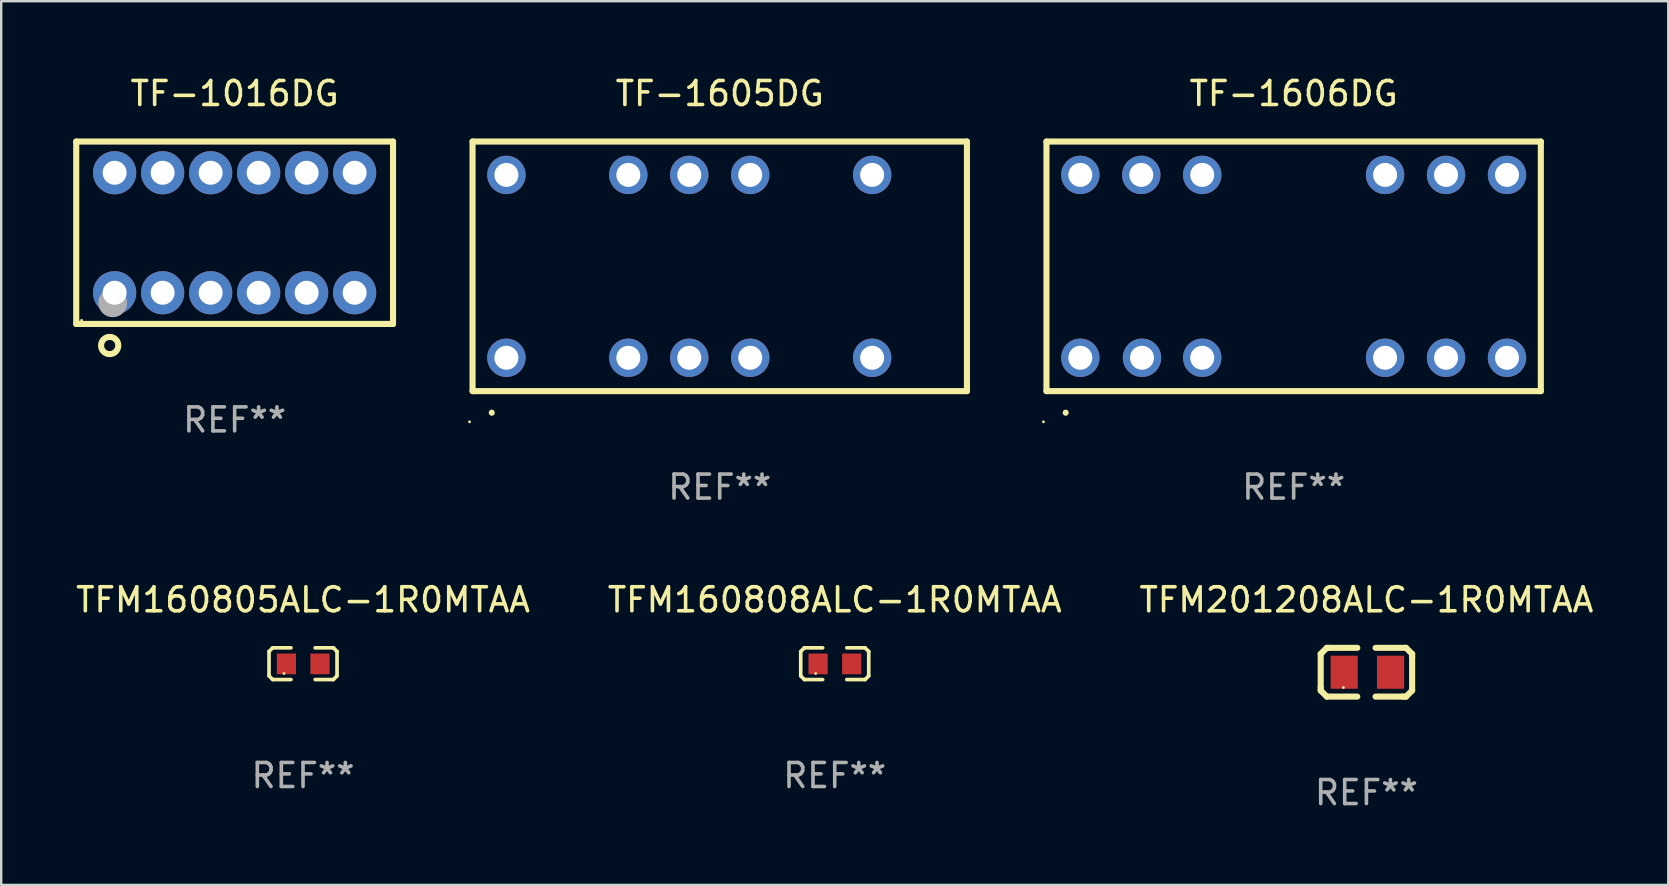
<source format=kicad_pcb>
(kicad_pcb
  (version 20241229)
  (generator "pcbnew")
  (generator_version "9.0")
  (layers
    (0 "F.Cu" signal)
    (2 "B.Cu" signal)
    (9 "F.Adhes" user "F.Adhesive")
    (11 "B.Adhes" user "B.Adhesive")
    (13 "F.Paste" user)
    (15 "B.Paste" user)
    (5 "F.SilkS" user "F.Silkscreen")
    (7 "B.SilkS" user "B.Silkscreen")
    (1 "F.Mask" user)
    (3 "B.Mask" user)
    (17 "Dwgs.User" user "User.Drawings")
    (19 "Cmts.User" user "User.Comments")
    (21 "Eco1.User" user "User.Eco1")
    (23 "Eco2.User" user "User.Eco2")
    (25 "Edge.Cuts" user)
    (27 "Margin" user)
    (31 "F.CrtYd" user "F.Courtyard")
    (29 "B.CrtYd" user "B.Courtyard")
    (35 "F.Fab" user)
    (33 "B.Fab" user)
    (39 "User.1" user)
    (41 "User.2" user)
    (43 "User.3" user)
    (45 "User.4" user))
  (footprint "TFM160808ALC-1R0MTAA"
    (layer "F.Cu")
    (at 31.732 24.605)
    (property "Reference" "TFM160808ALC-1R0MTAA" (at 0 -2.661 0) (layer "F.SilkS") (effects (font (size 1 1) (thickness 0.15))))
    (attr through_hole)
    (fp_line (start -1.417 -0.508) (end -1.265 -0.661) (stroke (width 0.152) (type solid)) (layer "F.SilkS"))
    (fp_line (start -1.417 0.508) (end -1.417 -0.508) (stroke (width 0.152) (type solid)) (layer "F.SilkS"))
    (fp_line (start -1.265 -0.661) (end -0.503 -0.661) (stroke (width 0.152) (type solid)) (layer "F.SilkS"))
    (fp_line (start -1.265 0.661) (end -1.417 0.508) (stroke (width 0.152) (type solid)) (layer "F.SilkS"))
    (fp_line (start -1.265 0.661) (end -0.503 0.661) (stroke (width 0.152) (type solid)) (layer "F.SilkS"))
    (fp_line (start 1.265 -0.661) (end 0.503 -0.661) (stroke (width 0.152) (type solid)) (layer "F.SilkS"))
    (fp_line (start 1.265 -0.661) (end 1.417 -0.508) (stroke (width 0.152) (type solid)) (layer "F.SilkS"))
    (fp_line (start 1.265 0.661) (end 0.503 0.661) (stroke (width 0.152) (type solid)) (layer "F.SilkS"))
    (fp_line (start 1.417 -0.508) (end 1.417 0.508) (stroke (width 0.152) (type solid)) (layer "F.SilkS"))
    (fp_line (start 1.417 0.508) (end 1.265 0.661) (stroke (width 0.152) (type solid)) (layer "F.SilkS"))
    (fp_circle (center -0.793 0.409) (end -0.763 0.409) (stroke (width 0.06) (type solid)) (fill no) (layer "F.SilkS"))
    (fp_text user "REF**" (at 0 4.661 0) (layer "F.Fab") (effects (font (size 1 1) (thickness 0.15))))
    (pad "1" smd rect (at -0.693 0.009 180) (size 0.8 0.864) (layers "F.Cu" "F.Mask" "F.Paste"))
    (pad "2" smd rect (at 0.707 0.009 180) (size 0.8 0.864) (layers "F.Cu" "F.Mask" "F.Paste")))
  (footprint "TF-1606DG"
    (layer "F.Cu")
    (at 50.855 8.048)
    (property "Reference" "TF-1606DG" (at 0 -7.2 0) (layer "F.SilkS") (effects (font (size 1 1) (thickness 0.15))))
    (attr through_hole)
    (fp_line (start -10.3 -5.2) (end -10.3 5.2) (stroke (width 0.254) (type solid)) (layer "F.SilkS"))
    (fp_line (start -10.3 -5.2) (end 10.3 -5.2) (stroke (width 0.254) (type solid)) (layer "F.SilkS"))
    (fp_line (start -10.3 5.2) (end 10.3 5.2) (stroke (width 0.254) (type solid)) (layer "F.SilkS"))
    (fp_line (start 10.3 -5.2) (end 10.3 5.2) (stroke (width 0.254) (type solid)) (layer "F.SilkS"))
    (fp_arc (start -9.500025 6.100025) (mid -9.500027 6.098755) (end -9.500025 6.097485) (stroke (width 0.25) (type solid)) (layer "F.SilkS"))
    (fp_circle (center -10.427 6.478) (end -10.397 6.478) (stroke (width 0.06) (type solid)) (fill no) (layer "F.SilkS"))
    (fp_text user "REF**" (at 0 9.2 0) (layer "F.Fab") (effects (font (size 1 1) (thickness 0.15))))
    (pad "1" thru_hole circle (at -8.89 3.81) (size 1.6 1.6) (drill 1) (layers "*.Cu" "*.Mask"))
    (pad "2" thru_hole circle (at -6.32 3.81) (size 1.6 1.6) (drill 1) (layers "*.Cu" "*.Mask"))
    (pad "3" thru_hole circle (at -3.81 3.81) (size 1.6 1.6) (drill 1) (layers "*.Cu" "*.Mask"))
    (pad "6" thru_hole circle (at 3.81 3.81) (size 1.6 1.6) (drill 1) (layers "*.Cu" "*.Mask"))
    (pad "7" thru_hole circle (at 6.35 3.81) (size 1.6 1.6) (drill 1) (layers "*.Cu" "*.Mask"))
    (pad "8" thru_hole circle (at 8.89 3.81) (size 1.6 1.6) (drill 1) (layers "*.Cu" "*.Mask"))
    (pad "9" thru_hole circle (at 8.89 -3.81) (size 1.6 1.6) (drill 1) (layers "*.Cu" "*.Mask"))
    (pad "10" thru_hole circle (at 6.35 -3.81) (size 1.6 1.6) (drill 1) (layers "*.Cu" "*.Mask"))
    (pad "11" thru_hole circle (at 3.81 -3.81) (size 1.6 1.6) (drill 1) (layers "*.Cu" "*.Mask"))
    (pad "14" thru_hole circle (at -3.81 -3.81) (size 1.6 1.6) (drill 1) (layers "*.Cu" "*.Mask"))
    (pad "15" thru_hole circle (at -6.35 -3.81) (size 1.6 1.6) (drill 1) (layers "*.Cu" "*.Mask"))
    (pad "16" thru_hole circle (at -8.89 -3.81) (size 1.6 1.6) (drill 1) (layers "*.Cu" "*.Mask")))
  (footprint "TFM160805ALC-1R0MTAA"
    (layer "F.Cu")
    (at 9.577 24.605)
    (property "Reference" "TFM160805ALC-1R0MTAA" (at 0 -2.661 0) (layer "F.SilkS") (effects (font (size 1 1) (thickness 0.15))))
    (attr through_hole)
    (fp_line (start -1.417 -0.508) (end -1.265 -0.661) (stroke (width 0.152) (type solid)) (layer "F.SilkS"))
    (fp_line (start -1.417 0.508) (end -1.417 -0.508) (stroke (width 0.152) (type solid)) (layer "F.SilkS"))
    (fp_line (start -1.265 -0.661) (end -0.503 -0.661) (stroke (width 0.152) (type solid)) (layer "F.SilkS"))
    (fp_line (start -1.265 0.661) (end -1.417 0.508) (stroke (width 0.152) (type solid)) (layer "F.SilkS"))
    (fp_line (start -1.265 0.661) (end -0.503 0.661) (stroke (width 0.152) (type solid)) (layer "F.SilkS"))
    (fp_line (start 1.265 -0.661) (end 0.503 -0.661) (stroke (width 0.152) (type solid)) (layer "F.SilkS"))
    (fp_line (start 1.265 -0.661) (end 1.417 -0.508) (stroke (width 0.152) (type solid)) (layer "F.SilkS"))
    (fp_line (start 1.265 0.661) (end 0.503 0.661) (stroke (width 0.152) (type solid)) (layer "F.SilkS"))
    (fp_line (start 1.417 -0.508) (end 1.417 0.508) (stroke (width 0.152) (type solid)) (layer "F.SilkS"))
    (fp_line (start 1.417 0.508) (end 1.265 0.661) (stroke (width 0.152) (type solid)) (layer "F.SilkS"))
    (fp_circle (center -0.793 0.409) (end -0.763 0.409) (stroke (width 0.06) (type solid)) (fill no) (layer "F.SilkS"))
    (fp_text user "REF**" (at 0 4.661 0) (layer "F.Fab") (effects (font (size 1 1) (thickness 0.15))))
    (pad "1" smd rect (at -0.693 0.009 180) (size 0.8 0.864) (layers "F.Cu" "F.Mask" "F.Paste"))
    (pad "2" smd rect (at 0.707 0.009 180) (size 0.8 0.864) (layers "F.Cu" "F.Mask" "F.Paste")))
  (footprint "TF-1605DG"
    (layer "F.Cu")
    (at 26.941 8.048)
    (property "Reference" "TF-1605DG" (at 0 -7.2 0) (layer "F.SilkS") (effects (font (size 1 1) (thickness 0.15))))
    (attr through_hole)
    (fp_line (start -10.3 -5.2) (end -10.3 5.2) (stroke (width 0.254) (type solid)) (layer "F.SilkS"))
    (fp_line (start -10.3 -5.2) (end 10.3 -5.2) (stroke (width 0.254) (type solid)) (layer "F.SilkS"))
    (fp_line (start -10.3 5.2) (end 10.3 5.2) (stroke (width 0.254) (type solid)) (layer "F.SilkS"))
    (fp_line (start 10.3 -5.2) (end 10.3 5.2) (stroke (width 0.254) (type solid)) (layer "F.SilkS"))
    (fp_arc (start -9.500025 6.100025) (mid -9.500027 6.098755) (end -9.500025 6.097485) (stroke (width 0.25) (type solid)) (layer "F.SilkS"))
    (fp_circle (center -10.427 6.478) (end -10.397 6.478) (stroke (width 0.06) (type solid)) (fill no) (layer "F.SilkS"))
    (fp_text user "REF**" (at 0 9.2 0) (layer "F.Fab") (effects (font (size 1 1) (thickness 0.15))))
    (pad "1" thru_hole circle (at -8.89 3.81) (size 1.6 1.6) (drill 1) (layers "*.Cu" "*.Mask"))
    (pad "3" thru_hole circle (at -3.81 3.81) (size 1.6 1.6) (drill 1) (layers "*.Cu" "*.Mask"))
    (pad "4" thru_hole circle (at -1.27 3.81) (size 1.6 1.6) (drill 1) (layers "*.Cu" "*.Mask"))
    (pad "5" thru_hole circle (at 1.27 3.81) (size 1.6 1.6) (drill 1) (layers "*.Cu" "*.Mask"))
    (pad "7" thru_hole circle (at 6.35 3.81) (size 1.6 1.6) (drill 1) (layers "*.Cu" "*.Mask"))
    (pad "10" thru_hole circle (at 6.35 -3.81) (size 1.6 1.6) (drill 1) (layers "*.Cu" "*.Mask"))
    (pad "12" thru_hole circle (at 1.27 -3.81) (size 1.6 1.6) (drill 1) (layers "*.Cu" "*.Mask"))
    (pad "13" thru_hole circle (at -1.27 -3.81) (size 1.6 1.6) (drill 1) (layers "*.Cu" "*.Mask"))
    (pad "14" thru_hole circle (at -3.81 -3.81) (size 1.6 1.6) (drill 1) (layers "*.Cu" "*.Mask"))
    (pad "16" thru_hole circle (at -8.89 -3.81) (size 1.6 1.6) (drill 1) (layers "*.Cu" "*.Mask")))
  (footprint "TF-1016DG"
    (layer "F.Cu")
    (at 6.727 6.648)
    (property "Reference" "TF-1016DG" (at 0 -5.8 0) (layer "F.SilkS") (effects (font (size 1 1) (thickness 0.15))))
    (attr through_hole)
    (fp_line (start -6.6 -3.8) (end -6.6 3.8) (stroke (width 0.254) (type solid)) (layer "F.SilkS"))
    (fp_line (start -6.6 -3.8) (end 6.6 -3.8) (stroke (width 0.254) (type solid)) (layer "F.SilkS"))
    (fp_line (start -6.6 3.8) (end 6.6 3.8) (stroke (width 0.254) (type solid)) (layer "F.SilkS"))
    (fp_line (start 6.6 -3.8) (end 6.6 3.8) (stroke (width 0.254) (type solid)) (layer "F.SilkS"))
    (fp_circle (center -6.375 3.65) (end -6.345 3.65) (stroke (width 0.06) (type solid)) (fill no) (layer "F.SilkS"))
    (fp_circle (center -5.207 4.699) (end -4.848 4.699) (stroke (width 0.254) (type solid)) (fill no) (layer "F.SilkS"))
    (fp_circle (center -5.08 2.921) (end -4.78 2.921) (stroke (width 0.6) (type solid)) (fill no) (layer "F.Fab"))
    (fp_text user "REF**" (at 0 7.8 0) (layer "F.Fab") (effects (font (size 1 1) (thickness 0.15))))
    (pad "1" thru_hole circle (at -5 2.5) (size 1.8 1.8) (drill 1) (layers "*.Cu" "*.Mask"))
    (pad "2" thru_hole circle (at -3 2.5) (size 1.8 1.8) (drill 1) (layers "*.Cu" "*.Mask"))
    (pad "3" thru_hole circle (at -1 2.5) (size 1.8 1.8) (drill 1) (layers "*.Cu" "*.Mask"))
    (pad "4" thru_hole circle (at 1 2.5) (size 1.8 1.8) (drill 1) (layers "*.Cu" "*.Mask"))
    (pad "5" thru_hole circle (at 3 2.5) (size 1.8 1.8) (drill 1) (layers "*.Cu" "*.Mask"))
    (pad "6" thru_hole circle (at 5 2.5) (size 1.8 1.8) (drill 1) (layers "*.Cu" "*.Mask"))
    (pad "7" thru_hole circle (at 5 -2.5) (size 1.8 1.8) (drill 1) (layers "*.Cu" "*.Mask"))
    (pad "8" thru_hole circle (at 3 -2.5) (size 1.8 1.8) (drill 1) (layers "*.Cu" "*.Mask"))
    (pad "9" thru_hole circle (at 1 -2.5) (size 1.8 1.8) (drill 1) (layers "*.Cu" "*.Mask"))
    (pad "10" thru_hole circle (at -1 -2.5) (size 1.8 1.8) (drill 1) (layers "*.Cu" "*.Mask"))
    (pad "11" thru_hole circle (at -3 -2.5) (size 1.8 1.8) (drill 1) (layers "*.Cu" "*.Mask"))
    (pad "12" thru_hole circle (at -5 -2.5) (size 1.8 1.8) (drill 1) (layers "*.Cu" "*.Mask")))
  (footprint "TFM201208ALC-1R0MTAA"
    (layer "F.Cu")
    (at 53.887 24.961)
    (property "Reference" "TFM201208ALC-1R0MTAA" (at 0 -3.016 0) (layer "F.SilkS") (effects (font (size 1 1) (thickness 0.15))))
    (attr through_hole)
    (fp_line (start -1.905 -0.762) (end -1.905 0.635) (stroke (width 0.254) (type solid)) (layer "F.SilkS"))
    (fp_line (start -1.905 0.635) (end -1.905 0.762) (stroke (width 0.254) (type solid)) (layer "F.SilkS"))
    (fp_line (start -1.905 0.762) (end -1.651 1.016) (stroke (width 0.254) (type solid)) (layer "F.SilkS"))
    (fp_line (start -1.651 -1.016) (end -1.905 -0.762) (stroke (width 0.254) (type solid)) (layer "F.SilkS"))
    (fp_line (start -1.651 1.016) (end -0.381 1.016) (stroke (width 0.254) (type solid)) (layer "F.SilkS"))
    (fp_line (start -1.524 -1.016) (end -1.651 -1.016) (stroke (width 0.254) (type solid)) (layer "F.SilkS"))
    (fp_line (start -0.381 -1.016) (end -1.524 -1.016) (stroke (width 0.254) (type solid)) (layer "F.SilkS"))
    (fp_line (start 0.381 1.016) (end 1.524 1.016) (stroke (width 0.254) (type solid)) (layer "F.SilkS"))
    (fp_line (start 1.524 1.016) (end 1.651 1.016) (stroke (width 0.254) (type solid)) (layer "F.SilkS"))
    (fp_line (start 1.651 -1.016) (end 0.381 -1.016) (stroke (width 0.254) (type solid)) (layer "F.SilkS"))
    (fp_line (start 1.651 1.016) (end 1.905 0.762) (stroke (width 0.254) (type solid)) (layer "F.SilkS"))
    (fp_line (start 1.905 -0.762) (end 1.651 -1.016) (stroke (width 0.254) (type solid)) (layer "F.SilkS"))
    (fp_line (start 1.905 -0.635) (end 1.905 -0.762) (stroke (width 0.254) (type solid)) (layer "F.SilkS"))
    (fp_line (start 1.905 0.762) (end 1.905 -0.635) (stroke (width 0.254) (type solid)) (layer "F.SilkS"))
    (fp_circle (center -0.96 0.637) (end -0.93 0.637) (stroke (width 0.06) (type solid)) (fill no) (layer "F.SilkS"))
    (fp_text user "REF**" (at 0 5.016 0) (layer "F.Fab") (effects (font (size 1 1) (thickness 0.15))))
    (pad "1" smd rect (at -0.926 -0.000051) (size 1.133 1.377) (layers "F.Cu" "F.Mask" "F.Paste"))
    (pad "2" smd rect (at 1.006 -0.000051) (size 1.133 1.377) (layers "F.Cu" "F.Mask" "F.Paste")))
  (gr_rect
    (start -3 -3)
    (end 66.464 33.825)
    (stroke (width 0.1) (type default))
    (fill no)
    (layer "Edge.Cuts")))
</source>
